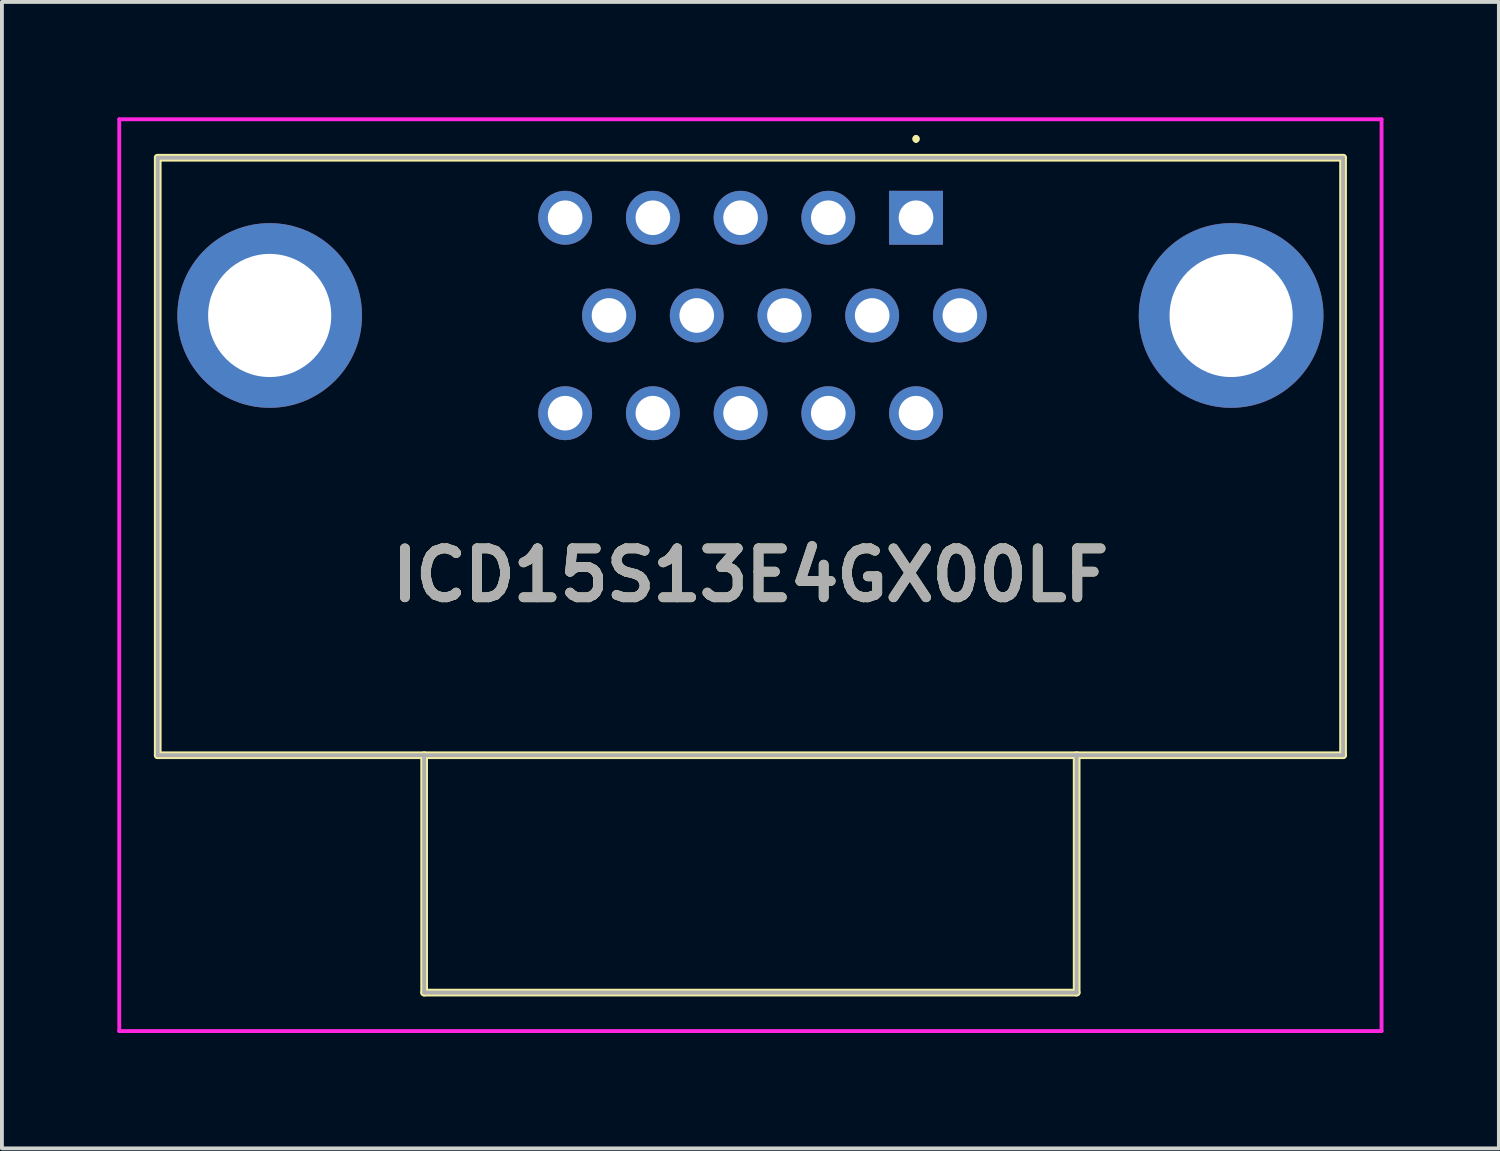
<source format=kicad_pcb>
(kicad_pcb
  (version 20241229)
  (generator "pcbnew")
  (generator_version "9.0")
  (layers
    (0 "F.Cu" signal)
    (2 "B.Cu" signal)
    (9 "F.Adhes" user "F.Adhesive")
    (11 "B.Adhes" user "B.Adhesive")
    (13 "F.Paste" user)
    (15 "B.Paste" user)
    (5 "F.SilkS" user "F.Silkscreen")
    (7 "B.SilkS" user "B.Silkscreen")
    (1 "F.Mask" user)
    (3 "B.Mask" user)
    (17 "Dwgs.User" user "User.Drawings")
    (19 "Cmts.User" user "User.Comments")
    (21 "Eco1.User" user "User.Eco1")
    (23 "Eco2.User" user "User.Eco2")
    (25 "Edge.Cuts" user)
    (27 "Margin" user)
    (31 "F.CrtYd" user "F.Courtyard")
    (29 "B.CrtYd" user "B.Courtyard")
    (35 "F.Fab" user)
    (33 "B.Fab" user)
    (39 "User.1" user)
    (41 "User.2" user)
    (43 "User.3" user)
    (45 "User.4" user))
  (footprint "ICD15S13E4GX00LF"
    (layer "F.Cu")
    (at 20.76 2.61)
    (property "Reference" "ICD15S13E4GX00LF" (at -4.305 9.29 0) (layer "F.SilkS") (effects (font (size 1.27 1.27) (thickness 0.254))))
    (attr through_hole)
    (fp_line (start -19.71 -1.56) (end 11.1 -1.56) (stroke (width 0.2) (type solid)) (layer "F.SilkS"))
    (fp_line (start -19.71 13.97) (end -19.71 -1.56) (stroke (width 0.2) (type solid)) (layer "F.SilkS"))
    (fp_line (start -12.785 13.97) (end -12.785 20.14) (stroke (width 0.2) (type solid)) (layer "F.SilkS"))
    (fp_line (start -12.785 20.14) (end 4.175 20.14) (stroke (width 0.2) (type solid)) (layer "F.SilkS"))
    (fp_line (start 0 -2.1) (end 0 -2.1) (stroke (width 0.1) (type solid)) (layer "F.SilkS"))
    (fp_line (start 0 -2) (end 0 -2) (stroke (width 0.1) (type solid)) (layer "F.SilkS"))
    (fp_line (start 4.175 20.14) (end 4.175 13.97) (stroke (width 0.2) (type solid)) (layer "F.SilkS"))
    (fp_line (start 11.1 -1.56) (end 11.1 13.97) (stroke (width 0.2) (type solid)) (layer "F.SilkS"))
    (fp_line (start 11.1 13.97) (end -19.71 13.97) (stroke (width 0.2) (type solid)) (layer "F.SilkS"))
    (fp_arc (start 0 -2.1) (mid 0.05 -2.05) (end 0 -2) (stroke (width 0.1) (type solid)) (layer "F.SilkS"))
    (fp_arc (start 0 -2) (mid -0.05 -2.05) (end 0 -2.1) (stroke (width 0.1) (type solid)) (layer "F.SilkS"))
    (fp_line (start -20.71 -2.56) (end 12.1 -2.56) (stroke (width 0.1) (type solid)) (layer "F.CrtYd"))
    (fp_line (start -20.71 21.14) (end -20.71 -2.56) (stroke (width 0.1) (type solid)) (layer "F.CrtYd"))
    (fp_line (start 12.1 -2.56) (end 12.1 21.14) (stroke (width 0.1) (type solid)) (layer "F.CrtYd"))
    (fp_line (start 12.1 21.14) (end -20.71 21.14) (stroke (width 0.1) (type solid)) (layer "F.CrtYd"))
    (fp_line (start -19.71 -1.56) (end 11.1 -1.56) (stroke (width 0.1) (type solid)) (layer "F.Fab"))
    (fp_line (start -19.71 13.97) (end -19.71 -1.56) (stroke (width 0.1) (type solid)) (layer "F.Fab"))
    (fp_line (start -12.785 13.97) (end -12.785 20.14) (stroke (width 0.1) (type solid)) (layer "F.Fab"))
    (fp_line (start -12.785 20.14) (end 4.175 20.14) (stroke (width 0.1) (type solid)) (layer "F.Fab"))
    (fp_line (start 4.175 20.14) (end 4.175 13.97) (stroke (width 0.1) (type solid)) (layer "F.Fab"))
    (fp_line (start 11.1 -1.56) (end 11.1 13.97) (stroke (width 0.1) (type solid)) (layer "F.Fab"))
    (fp_line (start 11.1 13.97) (end -19.71 13.97) (stroke (width 0.1) (type solid)) (layer "F.Fab"))
    (fp_text user "${REFERENCE}" (at -4.305 9.29 0) (layer "F.Fab") (effects (font (size 1.27 1.27) (thickness 0.254))))
    (pad "1" thru_hole rect (at 0 0) (size 1.4 1.4) (drill 0.9) (layers "*.Cu" "*.Mask"))
    (pad "2" thru_hole circle (at -2.28 0) (size 1.4 1.4) (drill 0.9) (layers "*.Cu" "*.Mask"))
    (pad "3" thru_hole circle (at -4.56 0) (size 1.4 1.4) (drill 0.9) (layers "*.Cu" "*.Mask"))
    (pad "4" thru_hole circle (at -6.84 0) (size 1.4 1.4) (drill 0.9) (layers "*.Cu" "*.Mask"))
    (pad "5" thru_hole circle (at -9.12 0) (size 1.4 1.4) (drill 0.9) (layers "*.Cu" "*.Mask"))
    (pad "6" thru_hole circle (at 1.14 2.54) (size 1.4 1.4) (drill 0.9) (layers "*.Cu" "*.Mask"))
    (pad "7" thru_hole circle (at -1.14 2.54) (size 1.4 1.4) (drill 0.9) (layers "*.Cu" "*.Mask"))
    (pad "8" thru_hole circle (at -3.42 2.54) (size 1.4 1.4) (drill 0.9) (layers "*.Cu" "*.Mask"))
    (pad "9" thru_hole circle (at -5.7 2.54) (size 1.4 1.4) (drill 0.9) (layers "*.Cu" "*.Mask"))
    (pad "10" thru_hole circle (at -7.98 2.54) (size 1.4 1.4) (drill 0.9) (layers "*.Cu" "*.Mask"))
    (pad "11" thru_hole circle (at 0 5.08) (size 1.4 1.4) (drill 0.9) (layers "*.Cu" "*.Mask"))
    (pad "12" thru_hole circle (at -2.28 5.08) (size 1.4 1.4) (drill 0.9) (layers "*.Cu" "*.Mask"))
    (pad "13" thru_hole circle (at -4.56 5.08) (size 1.4 1.4) (drill 0.9) (layers "*.Cu" "*.Mask"))
    (pad "14" thru_hole circle (at -6.84 5.08) (size 1.4 1.4) (drill 0.9) (layers "*.Cu" "*.Mask"))
    (pad "15" thru_hole circle (at -9.12 5.08) (size 1.4 1.4) (drill 0.9) (layers "*.Cu" "*.Mask"))
    (pad "MH1" thru_hole circle (at 8.19 2.54) (size 4.8 4.8) (drill 3.2) (layers "*.Cu" "*.Mask"))
    (pad "MH2" thru_hole circle (at -16.8 2.54) (size 4.8 4.8) (drill 3.2) (layers "*.Cu" "*.Mask")))
  (gr_rect
    (start -3 -3)
    (end 35.91 26.8)
    (stroke (width 0.1) (type default))
    (fill no)
    (layer "Edge.Cuts")))
</source>
